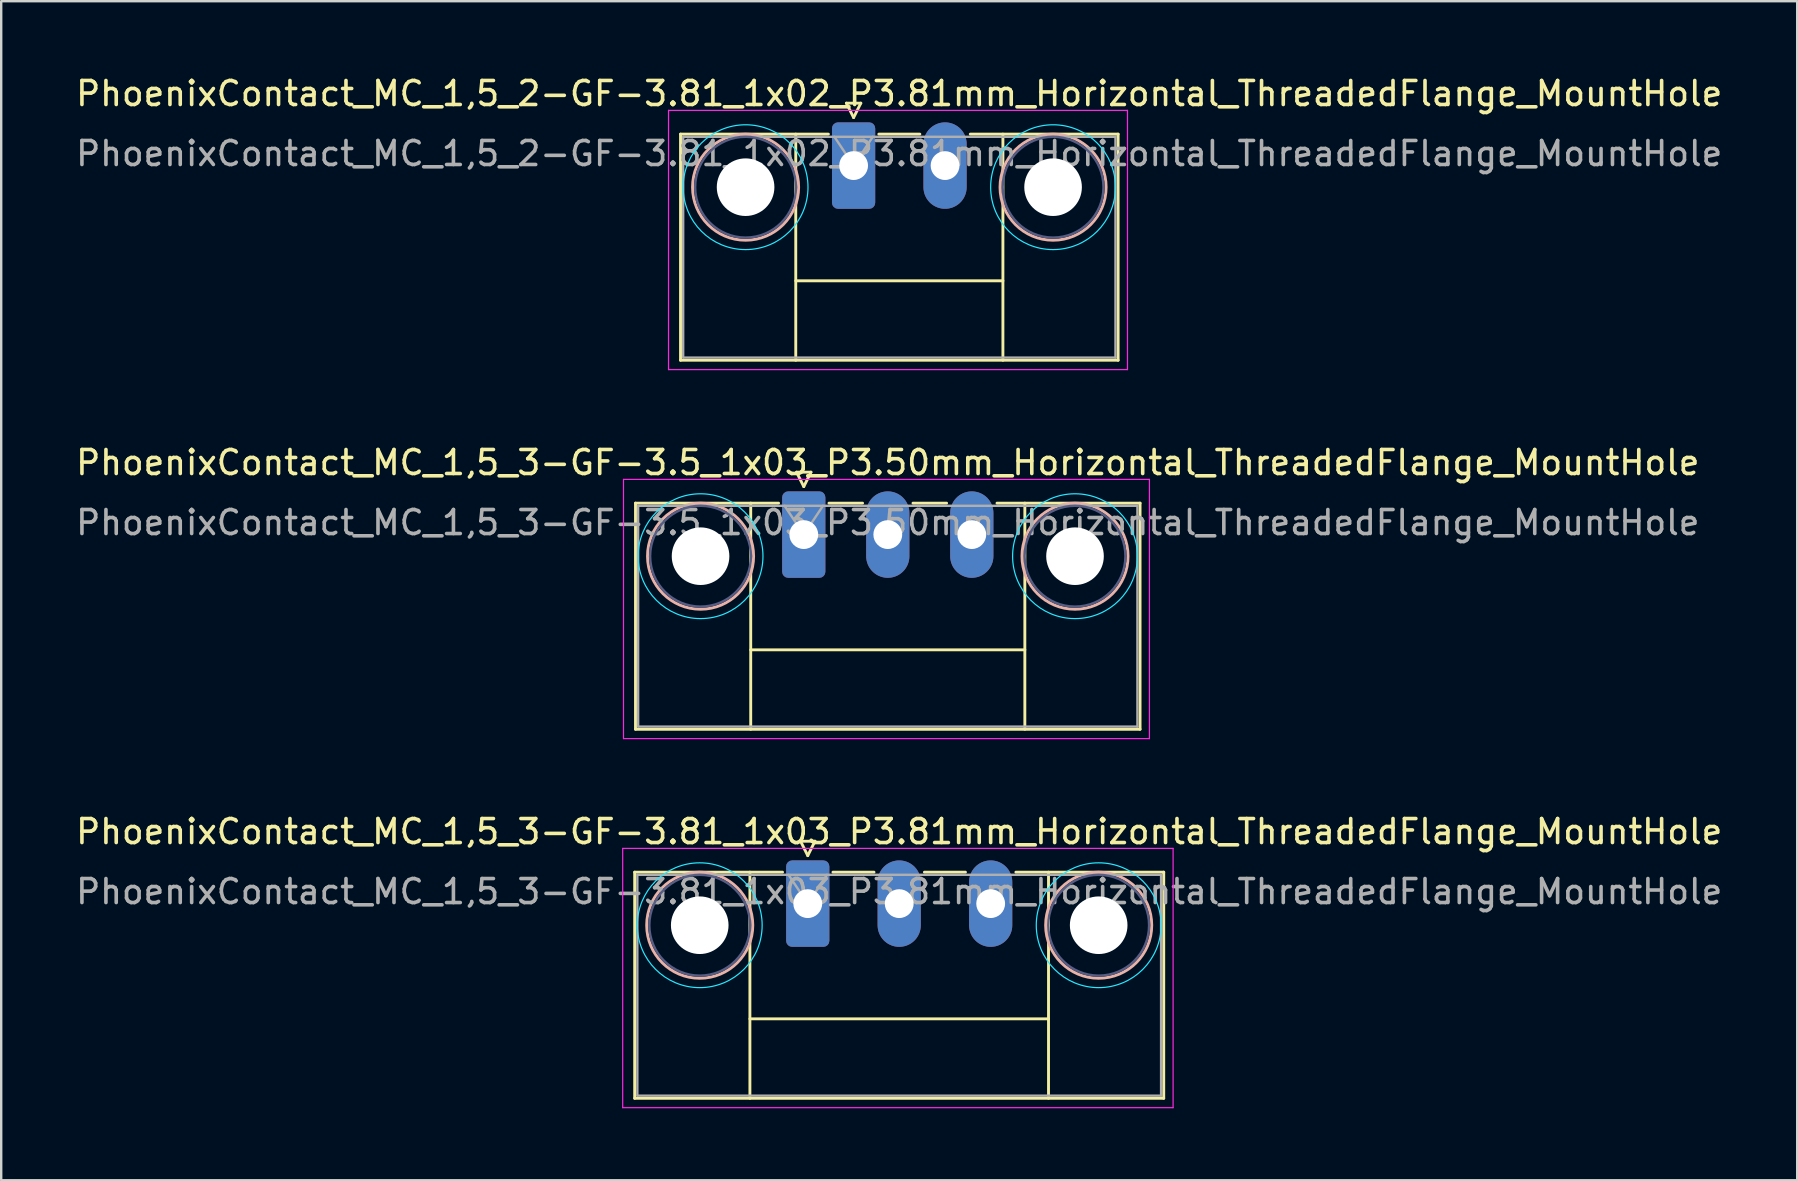
<source format=kicad_pcb>
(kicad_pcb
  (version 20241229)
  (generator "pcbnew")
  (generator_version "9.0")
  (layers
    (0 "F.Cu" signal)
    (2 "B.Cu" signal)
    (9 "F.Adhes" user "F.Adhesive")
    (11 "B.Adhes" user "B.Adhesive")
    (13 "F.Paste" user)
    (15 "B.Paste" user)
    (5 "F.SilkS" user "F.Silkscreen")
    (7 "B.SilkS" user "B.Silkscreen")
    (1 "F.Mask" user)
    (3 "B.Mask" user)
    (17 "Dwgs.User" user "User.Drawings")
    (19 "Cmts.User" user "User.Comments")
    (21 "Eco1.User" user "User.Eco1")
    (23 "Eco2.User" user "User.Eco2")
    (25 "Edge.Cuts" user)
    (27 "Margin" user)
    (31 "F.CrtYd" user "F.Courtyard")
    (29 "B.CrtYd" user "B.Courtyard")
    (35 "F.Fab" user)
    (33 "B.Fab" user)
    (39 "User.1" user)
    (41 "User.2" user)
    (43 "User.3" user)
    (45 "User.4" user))
  (footprint "PhoenixContact_MC_1,5_3-GF-3.81_1x03_P3.81mm_Horizontal_ThreadedFlange_MountHole"
    (layer "F.Cu")
    (at 30.601 34.595)
    (property "Reference" "PhoenixContact_MC_1,5_3-GF-3.81_1x03_P3.81mm_Horizontal_ThreadedFlange_MountHole" (at 3.81 -3 0) (layer "F.SilkS") (effects (font (size 1 1) (thickness 0.15))))
    (attr through_hole)
    (fp_line (start -7.21 -1.31) (end -7.21 8.11) (stroke (width 0.12) (type solid)) (layer "F.SilkS"))
    (fp_line (start -7.21 -1.31) (end -1.05 -1.31) (stroke (width 0.12) (type solid)) (layer "F.SilkS"))
    (fp_line (start -7.21 8.11) (end 14.83 8.11) (stroke (width 0.12) (type solid)) (layer "F.SilkS"))
    (fp_line (start -2.41 -1.31) (end -2.41 8.11) (stroke (width 0.12) (type solid)) (layer "F.SilkS"))
    (fp_line (start -2.41 4.8) (end 10.03 4.8) (stroke (width 0.12) (type solid)) (layer "F.SilkS"))
    (fp_line (start -0.3 -2.6) (end 0.3 -2.6) (stroke (width 0.12) (type solid)) (layer "F.SilkS"))
    (fp_line (start 0 -2) (end -0.3 -2.6) (stroke (width 0.12) (type solid)) (layer "F.SilkS"))
    (fp_line (start 0.3 -2.6) (end 0 -2) (stroke (width 0.12) (type solid)) (layer "F.SilkS"))
    (fp_line (start 1.05 -1.31) (end 2.76 -1.31) (stroke (width 0.12) (type solid)) (layer "F.SilkS"))
    (fp_line (start 4.86 -1.31) (end 6.57 -1.31) (stroke (width 0.12) (type solid)) (layer "F.SilkS"))
    (fp_line (start 10.03 -1.31) (end 10.03 8.11) (stroke (width 0.12) (type solid)) (layer "F.SilkS"))
    (fp_line (start 14.83 -1.31) (end 8.67 -1.31) (stroke (width 0.12) (type solid)) (layer "F.SilkS"))
    (fp_line (start 14.83 8.11) (end 14.83 -1.31) (stroke (width 0.12) (type solid)) (layer "F.SilkS"))
    (fp_circle (center -4.5 0.9) (end -2.29 0.9) (stroke (width 0.12) (type solid)) (fill no) (layer "B.SilkS"))
    (fp_circle (center 12.12 0.9) (end 14.33 0.9) (stroke (width 0.12) (type solid)) (fill no) (layer "B.SilkS"))
    (fp_circle (center -4.5 0.9) (end -1.9 0.9) (stroke (width 0.05) (type solid)) (fill no) (layer "B.CrtYd"))
    (fp_circle (center 12.12 0.9) (end 14.72 0.9) (stroke (width 0.05) (type solid)) (fill no) (layer "B.CrtYd"))
    (fp_line (start -7.71 -2.3) (end -7.71 8.5) (stroke (width 0.05) (type solid)) (layer "F.CrtYd"))
    (fp_line (start -7.71 8.5) (end 15.22 8.5) (stroke (width 0.05) (type solid)) (layer "F.CrtYd"))
    (fp_line (start 15.22 -2.3) (end -7.71 -2.3) (stroke (width 0.05) (type solid)) (layer "F.CrtYd"))
    (fp_line (start 15.22 8.5) (end 15.22 -2.3) (stroke (width 0.05) (type solid)) (layer "F.CrtYd"))
    (fp_circle (center -4.5 0.9) (end -2.4 0.9) (stroke (width 0.1) (type solid)) (fill no) (layer "B.Fab"))
    (fp_circle (center 12.12 0.9) (end 14.22 0.9) (stroke (width 0.1) (type solid)) (fill no) (layer "B.Fab"))
    (fp_line (start -7.1 -1.2) (end -7.1 8) (stroke (width 0.1) (type solid)) (layer "F.Fab"))
    (fp_line (start -7.1 8) (end 14.72 8) (stroke (width 0.1) (type solid)) (layer "F.Fab"))
    (fp_line (start 0 0) (end -0.8 -1.2) (stroke (width 0.1) (type solid)) (layer "F.Fab"))
    (fp_line (start 0.8 -1.2) (end 0 0) (stroke (width 0.1) (type solid)) (layer "F.Fab"))
    (fp_line (start 14.72 -1.2) (end -7.1 -1.2) (stroke (width 0.1) (type solid)) (layer "F.Fab"))
    (fp_line (start 14.72 8) (end 14.72 -1.2) (stroke (width 0.1) (type solid)) (layer "F.Fab"))
    (fp_text user "${REFERENCE}" (at 3.81 -0.5 0) (layer "F.Fab") (effects (font (size 1 1) (thickness 0.15))))
    (pad "" np_thru_hole circle (at -4.5 0.9) (size 2.4 2.4) (drill 2.4) (layers "*.Cu" "*.Mask"))
    (pad "" np_thru_hole circle (at 12.12 0.9) (size 2.4 2.4) (drill 2.4) (layers "*.Cu" "*.Mask"))
    (pad "1" thru_hole roundrect (at 0 0) (size 1.8 3.6) (drill 1.2) (layers "*.Cu" "*.Mask") (roundrect_rratio 0.139))
    (pad "2" thru_hole oval (at 3.81 0) (size 1.8 3.6) (drill 1.2) (layers "*.Cu" "*.Mask"))
    (pad "3" thru_hole oval (at 7.62 0) (size 1.8 3.6) (drill 1.2) (layers "*.Cu" "*.Mask")))
  (footprint "PhoenixContact_MC_1,5_3-GF-3.5_1x03_P3.50mm_Horizontal_ThreadedFlange_MountHole"
    (layer "F.Cu")
    (at 30.435 19.221)
    (property "Reference" "PhoenixContact_MC_1,5_3-GF-3.5_1x03_P3.50mm_Horizontal_ThreadedFlange_MountHole" (at 3.5 -3 0) (layer "F.SilkS") (effects (font (size 1 1) (thickness 0.15))))
    (attr through_hole)
    (fp_line (start -7.01 -1.31) (end -7.01 8.11) (stroke (width 0.12) (type solid)) (layer "F.SilkS"))
    (fp_line (start -7.01 -1.31) (end -1.05 -1.31) (stroke (width 0.12) (type solid)) (layer "F.SilkS"))
    (fp_line (start -7.01 8.11) (end 14.01 8.11) (stroke (width 0.12) (type solid)) (layer "F.SilkS"))
    (fp_line (start -2.21 -1.31) (end -2.21 8.11) (stroke (width 0.12) (type solid)) (layer "F.SilkS"))
    (fp_line (start -2.21 4.8) (end 9.21 4.8) (stroke (width 0.12) (type solid)) (layer "F.SilkS"))
    (fp_line (start -0.3 -2.6) (end 0.3 -2.6) (stroke (width 0.12) (type solid)) (layer "F.SilkS"))
    (fp_line (start 0 -2) (end -0.3 -2.6) (stroke (width 0.12) (type solid)) (layer "F.SilkS"))
    (fp_line (start 0.3 -2.6) (end 0 -2) (stroke (width 0.12) (type solid)) (layer "F.SilkS"))
    (fp_line (start 1.05 -1.31) (end 2.45 -1.31) (stroke (width 0.12) (type solid)) (layer "F.SilkS"))
    (fp_line (start 4.55 -1.31) (end 5.95 -1.31) (stroke (width 0.12) (type solid)) (layer "F.SilkS"))
    (fp_line (start 9.21 -1.31) (end 9.21 8.11) (stroke (width 0.12) (type solid)) (layer "F.SilkS"))
    (fp_line (start 14.01 -1.31) (end 8.05 -1.31) (stroke (width 0.12) (type solid)) (layer "F.SilkS"))
    (fp_line (start 14.01 8.11) (end 14.01 -1.31) (stroke (width 0.12) (type solid)) (layer "F.SilkS"))
    (fp_circle (center -4.3 0.9) (end -2.09 0.9) (stroke (width 0.12) (type solid)) (fill no) (layer "B.SilkS"))
    (fp_circle (center 11.3 0.9) (end 13.51 0.9) (stroke (width 0.12) (type solid)) (fill no) (layer "B.SilkS"))
    (fp_circle (center -4.3 0.9) (end -1.7 0.9) (stroke (width 0.05) (type solid)) (fill no) (layer "B.CrtYd"))
    (fp_circle (center 11.3 0.9) (end 13.9 0.9) (stroke (width 0.05) (type solid)) (fill no) (layer "B.CrtYd"))
    (fp_line (start -7.51 -2.3) (end -7.51 8.5) (stroke (width 0.05) (type solid)) (layer "F.CrtYd"))
    (fp_line (start -7.51 8.5) (end 14.4 8.5) (stroke (width 0.05) (type solid)) (layer "F.CrtYd"))
    (fp_line (start 14.4 -2.3) (end -7.51 -2.3) (stroke (width 0.05) (type solid)) (layer "F.CrtYd"))
    (fp_line (start 14.4 8.5) (end 14.4 -2.3) (stroke (width 0.05) (type solid)) (layer "F.CrtYd"))
    (fp_circle (center -4.3 0.9) (end -2.2 0.9) (stroke (width 0.1) (type solid)) (fill no) (layer "B.Fab"))
    (fp_circle (center 11.3 0.9) (end 13.4 0.9) (stroke (width 0.1) (type solid)) (fill no) (layer "B.Fab"))
    (fp_line (start -6.9 -1.2) (end -6.9 8) (stroke (width 0.1) (type solid)) (layer "F.Fab"))
    (fp_line (start -6.9 8) (end 13.9 8) (stroke (width 0.1) (type solid)) (layer "F.Fab"))
    (fp_line (start 0 0) (end -0.8 -1.2) (stroke (width 0.1) (type solid)) (layer "F.Fab"))
    (fp_line (start 0.8 -1.2) (end 0 0) (stroke (width 0.1) (type solid)) (layer "F.Fab"))
    (fp_line (start 13.9 -1.2) (end -6.9 -1.2) (stroke (width 0.1) (type solid)) (layer "F.Fab"))
    (fp_line (start 13.9 8) (end 13.9 -1.2) (stroke (width 0.1) (type solid)) (layer "F.Fab"))
    (fp_text user "${REFERENCE}" (at 3.5 -0.5 0) (layer "F.Fab") (effects (font (size 1 1) (thickness 0.15))))
    (pad "" np_thru_hole circle (at -4.3 0.9) (size 2.4 2.4) (drill 2.4) (layers "*.Cu" "*.Mask"))
    (pad "" np_thru_hole circle (at 11.3 0.9) (size 2.4 2.4) (drill 2.4) (layers "*.Cu" "*.Mask"))
    (pad "1" thru_hole roundrect (at 0 0) (size 1.8 3.6) (drill 1.2) (layers "*.Cu" "*.Mask") (roundrect_rratio 0.139))
    (pad "2" thru_hole oval (at 3.5 0) (size 1.8 3.6) (drill 1.2) (layers "*.Cu" "*.Mask"))
    (pad "3" thru_hole oval (at 7 0) (size 1.8 3.6) (drill 1.2) (layers "*.Cu" "*.Mask")))
  (footprint "PhoenixContact_MC_1,5_2-GF-3.81_1x02_P3.81mm_Horizontal_ThreadedFlange_MountHole"
    (layer "F.Cu")
    (at 32.511 3.848)
    (property "Reference" "PhoenixContact_MC_1,5_2-GF-3.81_1x02_P3.81mm_Horizontal_ThreadedFlange_MountHole" (at 1.9 -3 0) (layer "F.SilkS") (effects (font (size 1 1) (thickness 0.15))))
    (attr through_hole)
    (fp_line (start -7.21 -1.31) (end -7.21 8.11) (stroke (width 0.12) (type solid)) (layer "F.SilkS"))
    (fp_line (start -7.21 -1.31) (end -1.05 -1.31) (stroke (width 0.12) (type solid)) (layer "F.SilkS"))
    (fp_line (start -7.21 8.11) (end 11.02 8.11) (stroke (width 0.12) (type solid)) (layer "F.SilkS"))
    (fp_line (start -2.41 -1.31) (end -2.41 8.11) (stroke (width 0.12) (type solid)) (layer "F.SilkS"))
    (fp_line (start -2.41 4.8) (end 6.22 4.8) (stroke (width 0.12) (type solid)) (layer "F.SilkS"))
    (fp_line (start -0.3 -2.6) (end 0.3 -2.6) (stroke (width 0.12) (type solid)) (layer "F.SilkS"))
    (fp_line (start 0 -2) (end -0.3 -2.6) (stroke (width 0.12) (type solid)) (layer "F.SilkS"))
    (fp_line (start 0.3 -2.6) (end 0 -2) (stroke (width 0.12) (type solid)) (layer "F.SilkS"))
    (fp_line (start 1.05 -1.31) (end 2.76 -1.31) (stroke (width 0.12) (type solid)) (layer "F.SilkS"))
    (fp_line (start 6.22 -1.31) (end 6.22 8.11) (stroke (width 0.12) (type solid)) (layer "F.SilkS"))
    (fp_line (start 11.02 -1.31) (end 4.86 -1.31) (stroke (width 0.12) (type solid)) (layer "F.SilkS"))
    (fp_line (start 11.02 8.11) (end 11.02 -1.31) (stroke (width 0.12) (type solid)) (layer "F.SilkS"))
    (fp_circle (center -4.5 0.9) (end -2.29 0.9) (stroke (width 0.12) (type solid)) (fill no) (layer "B.SilkS"))
    (fp_circle (center 8.31 0.9) (end 10.52 0.9) (stroke (width 0.12) (type solid)) (fill no) (layer "B.SilkS"))
    (fp_circle (center -4.5 0.9) (end -1.9 0.9) (stroke (width 0.05) (type solid)) (fill no) (layer "B.CrtYd"))
    (fp_circle (center 8.31 0.9) (end 10.91 0.9) (stroke (width 0.05) (type solid)) (fill no) (layer "B.CrtYd"))
    (fp_line (start -7.71 -2.3) (end -7.71 8.5) (stroke (width 0.05) (type solid)) (layer "F.CrtYd"))
    (fp_line (start -7.71 8.5) (end 11.41 8.5) (stroke (width 0.05) (type solid)) (layer "F.CrtYd"))
    (fp_line (start 11.41 -2.3) (end -7.71 -2.3) (stroke (width 0.05) (type solid)) (layer "F.CrtYd"))
    (fp_line (start 11.41 8.5) (end 11.41 -2.3) (stroke (width 0.05) (type solid)) (layer "F.CrtYd"))
    (fp_circle (center -4.5 0.9) (end -2.4 0.9) (stroke (width 0.1) (type solid)) (fill no) (layer "B.Fab"))
    (fp_circle (center 8.31 0.9) (end 10.41 0.9) (stroke (width 0.1) (type solid)) (fill no) (layer "B.Fab"))
    (fp_line (start -7.1 -1.2) (end -7.1 8) (stroke (width 0.1) (type solid)) (layer "F.Fab"))
    (fp_line (start -7.1 8) (end 10.91 8) (stroke (width 0.1) (type solid)) (layer "F.Fab"))
    (fp_line (start 0 0) (end -0.8 -1.2) (stroke (width 0.1) (type solid)) (layer "F.Fab"))
    (fp_line (start 0.8 -1.2) (end 0 0) (stroke (width 0.1) (type solid)) (layer "F.Fab"))
    (fp_line (start 10.91 -1.2) (end -7.1 -1.2) (stroke (width 0.1) (type solid)) (layer "F.Fab"))
    (fp_line (start 10.91 8) (end 10.91 -1.2) (stroke (width 0.1) (type solid)) (layer "F.Fab"))
    (fp_text user "${REFERENCE}" (at 1.9 -0.5 0) (layer "F.Fab") (effects (font (size 1 1) (thickness 0.15))))
    (pad "" np_thru_hole circle (at -4.5 0.9) (size 2.4 2.4) (drill 2.4) (layers "*.Cu" "*.Mask"))
    (pad "" np_thru_hole circle (at 8.31 0.9) (size 2.4 2.4) (drill 2.4) (layers "*.Cu" "*.Mask"))
    (pad "1" thru_hole roundrect (at 0 0) (size 1.8 3.6) (drill 1.2) (layers "*.Cu" "*.Mask") (roundrect_rratio 0.139))
    (pad "2" thru_hole oval (at 3.81 0) (size 1.8 3.6) (drill 1.2) (layers "*.Cu" "*.Mask")))
  (gr_rect
    (start -3 -3)
    (end 71.821 46.12)
    (stroke (width 0.1) (type default))
    (fill no)
    (layer "Edge.Cuts")))
</source>
